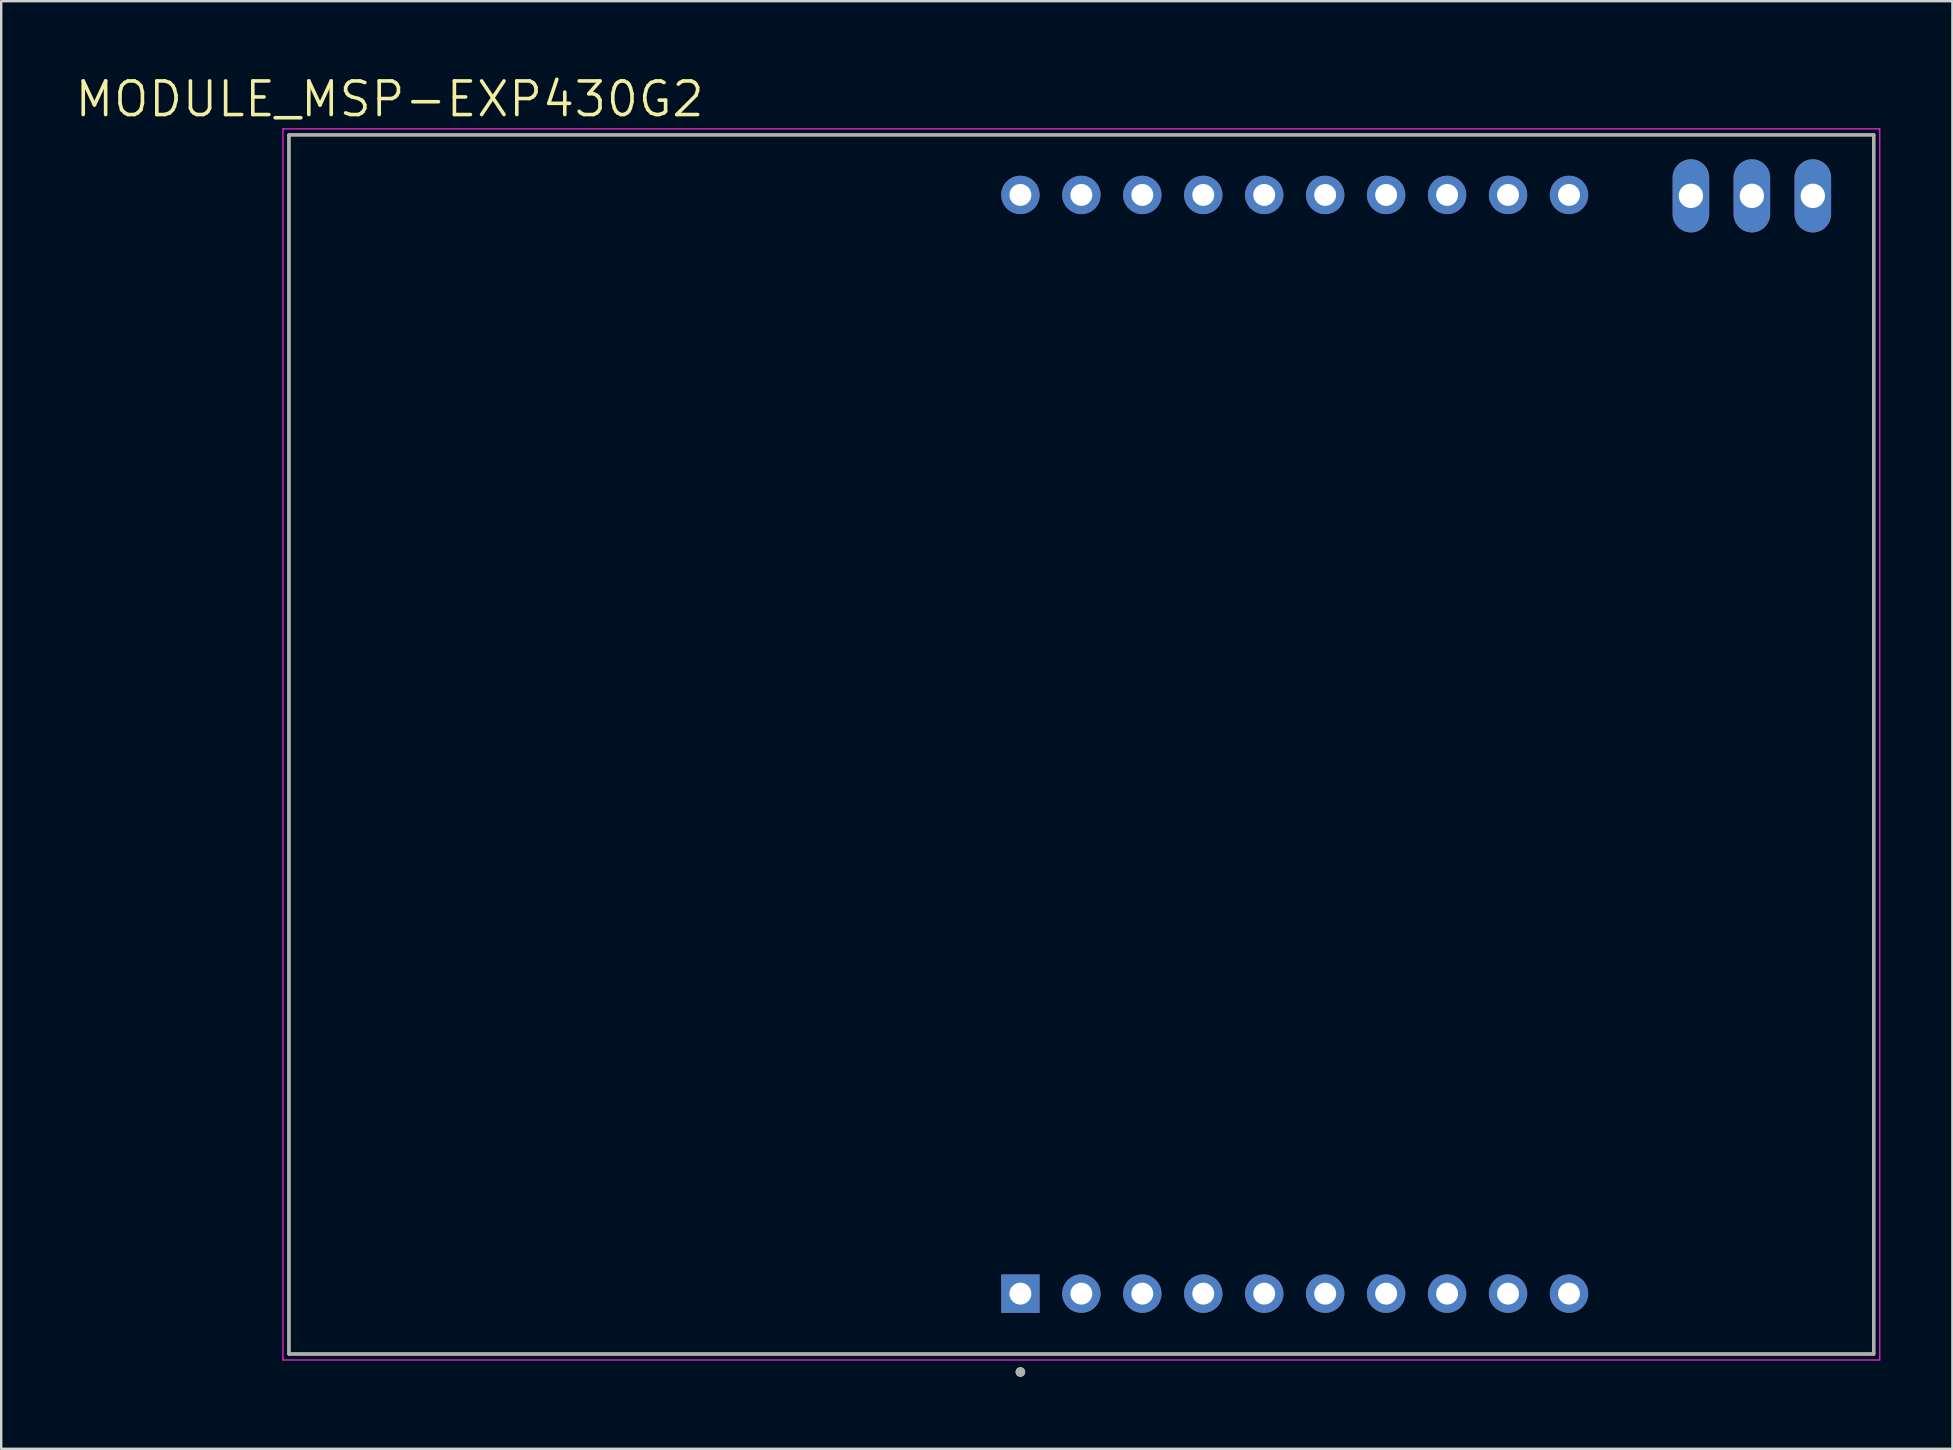
<source format=kicad_pcb>
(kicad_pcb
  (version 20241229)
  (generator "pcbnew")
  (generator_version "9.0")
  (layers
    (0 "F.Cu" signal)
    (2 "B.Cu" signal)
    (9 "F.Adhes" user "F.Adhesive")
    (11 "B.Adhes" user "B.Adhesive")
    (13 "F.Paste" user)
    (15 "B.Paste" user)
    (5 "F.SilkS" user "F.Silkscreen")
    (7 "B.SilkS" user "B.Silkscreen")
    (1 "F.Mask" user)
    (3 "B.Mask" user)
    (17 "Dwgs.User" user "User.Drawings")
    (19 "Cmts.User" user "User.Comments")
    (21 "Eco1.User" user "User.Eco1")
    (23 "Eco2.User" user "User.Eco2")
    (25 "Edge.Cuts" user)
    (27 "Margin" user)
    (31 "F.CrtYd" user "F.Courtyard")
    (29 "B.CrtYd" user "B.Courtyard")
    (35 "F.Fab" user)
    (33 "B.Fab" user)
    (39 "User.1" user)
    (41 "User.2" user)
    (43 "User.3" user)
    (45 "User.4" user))
  (footprint "MODULE_MSP-EXP430G2"
    (layer "F.Cu")
    (at 42.01 27.971)
    (property "Reference" "MODULE_MSP-EXP430G2" (at -28.825 -26.889 0) (layer "F.SilkS") (effects (font (size 1.4 1.4) (thickness 0.15))))
    (attr through_hole)
    (fp_line (start -33.02 -25.4) (end -33.02 25.4) (stroke (width 0.127) (type solid)) (layer "F.SilkS"))
    (fp_line (start -33.02 25.4) (end 33.02 25.4) (stroke (width 0.127) (type solid)) (layer "F.SilkS"))
    (fp_line (start 33.02 -25.4) (end -33.02 -25.4) (stroke (width 0.127) (type solid)) (layer "F.SilkS"))
    (fp_line (start 33.02 25.4) (end 33.02 -25.4) (stroke (width 0.127) (type solid)) (layer "F.SilkS"))
    (fp_circle (center -2.54 26.15) (end -2.44 26.15) (stroke (width 0.2) (type solid)) (fill no) (layer "F.SilkS"))
    (fp_line (start -33.27 -25.65) (end -33.27 25.65) (stroke (width 0.05) (type solid)) (layer "F.CrtYd"))
    (fp_line (start -33.27 25.65) (end 33.27 25.65) (stroke (width 0.05) (type solid)) (layer "F.CrtYd"))
    (fp_line (start 33.27 -25.65) (end -33.27 -25.65) (stroke (width 0.05) (type solid)) (layer "F.CrtYd"))
    (fp_line (start 33.27 25.65) (end 33.27 -25.65) (stroke (width 0.05) (type solid)) (layer "F.CrtYd"))
    (fp_line (start -33.02 -25.4) (end -33.02 25.4) (stroke (width 0.127) (type solid)) (layer "F.Fab"))
    (fp_line (start -33.02 25.4) (end 33.02 25.4) (stroke (width 0.127) (type solid)) (layer "F.Fab"))
    (fp_line (start 33.02 -25.4) (end -33.02 -25.4) (stroke (width 0.127) (type solid)) (layer "F.Fab"))
    (fp_line (start 33.02 25.4) (end 33.02 -25.4) (stroke (width 0.127) (type solid)) (layer "F.Fab"))
    (fp_circle (center -2.54 26.15) (end -2.44 26.15) (stroke (width 0.2) (type solid)) (fill no) (layer "F.Fab"))
    (pad "1" thru_hole rect (at -2.54 22.885) (size 1.6 1.6) (drill 0.914) (layers "*.Cu" "*.Mask"))
    (pad "2" thru_hole circle (at 0 22.885) (size 1.6 1.6) (drill 0.914) (layers "*.Cu" "*.Mask"))
    (pad "3" thru_hole circle (at 2.54 22.885) (size 1.6 1.6) (drill 0.914) (layers "*.Cu" "*.Mask"))
    (pad "4" thru_hole circle (at 5.08 22.885) (size 1.6 1.6) (drill 0.914) (layers "*.Cu" "*.Mask"))
    (pad "5" thru_hole circle (at 7.62 22.885) (size 1.6 1.6) (drill 0.914) (layers "*.Cu" "*.Mask"))
    (pad "6" thru_hole circle (at 10.16 22.885) (size 1.6 1.6) (drill 0.914) (layers "*.Cu" "*.Mask"))
    (pad "7" thru_hole circle (at 12.7 22.885) (size 1.6 1.6) (drill 0.914) (layers "*.Cu" "*.Mask"))
    (pad "8" thru_hole circle (at 15.24 22.885) (size 1.6 1.6) (drill 0.914) (layers "*.Cu" "*.Mask"))
    (pad "9" thru_hole circle (at 17.78 22.885) (size 1.6 1.6) (drill 0.914) (layers "*.Cu" "*.Mask"))
    (pad "10" thru_hole circle (at 20.32 22.885) (size 1.6 1.6) (drill 0.914) (layers "*.Cu" "*.Mask"))
    (pad "11" thru_hole circle (at 20.32 -22.898) (size 1.6 1.6) (drill 0.914) (layers "*.Cu" "*.Mask"))
    (pad "12" thru_hole circle (at 17.78 -22.898) (size 1.6 1.6) (drill 0.914) (layers "*.Cu" "*.Mask"))
    (pad "13" thru_hole circle (at 15.24 -22.898) (size 1.6 1.6) (drill 0.914) (layers "*.Cu" "*.Mask"))
    (pad "14" thru_hole circle (at 12.7 -22.898) (size 1.6 1.6) (drill 0.914) (layers "*.Cu" "*.Mask"))
    (pad "15" thru_hole circle (at 10.16 -22.898) (size 1.6 1.6) (drill 0.914) (layers "*.Cu" "*.Mask"))
    (pad "16" thru_hole circle (at 7.62 -22.898) (size 1.6 1.6) (drill 0.914) (layers "*.Cu" "*.Mask"))
    (pad "17" thru_hole circle (at 5.08 -22.898) (size 1.6 1.6) (drill 0.914) (layers "*.Cu" "*.Mask"))
    (pad "18" thru_hole circle (at 2.54 -22.898) (size 1.6 1.6) (drill 0.914) (layers "*.Cu" "*.Mask"))
    (pad "19" thru_hole circle (at 0 -22.898) (size 1.6 1.6) (drill 0.914) (layers "*.Cu" "*.Mask"))
    (pad "20" thru_hole circle (at -2.54 -22.898) (size 1.6 1.6) (drill 0.914) (layers "*.Cu" "*.Mask"))
    (pad "J6_1" thru_hole oval (at 30.48 -22.86) (size 1.524 3.048) (drill 1.016) (layers "*.Cu" "*.Mask"))
    (pad "J6_2" thru_hole oval (at 27.94 -22.86) (size 1.524 3.048) (drill 1.016) (layers "*.Cu" "*.Mask"))
    (pad "J6_3" thru_hole oval (at 25.4 -22.86) (size 1.524 3.048) (drill 1.016) (layers "*.Cu" "*.Mask")))
  (gr_rect
    (start -3 -3)
    (end 78.305 57.321)
    (stroke (width 0.1) (type default))
    (fill no)
    (layer "Edge.Cuts")))
</source>
